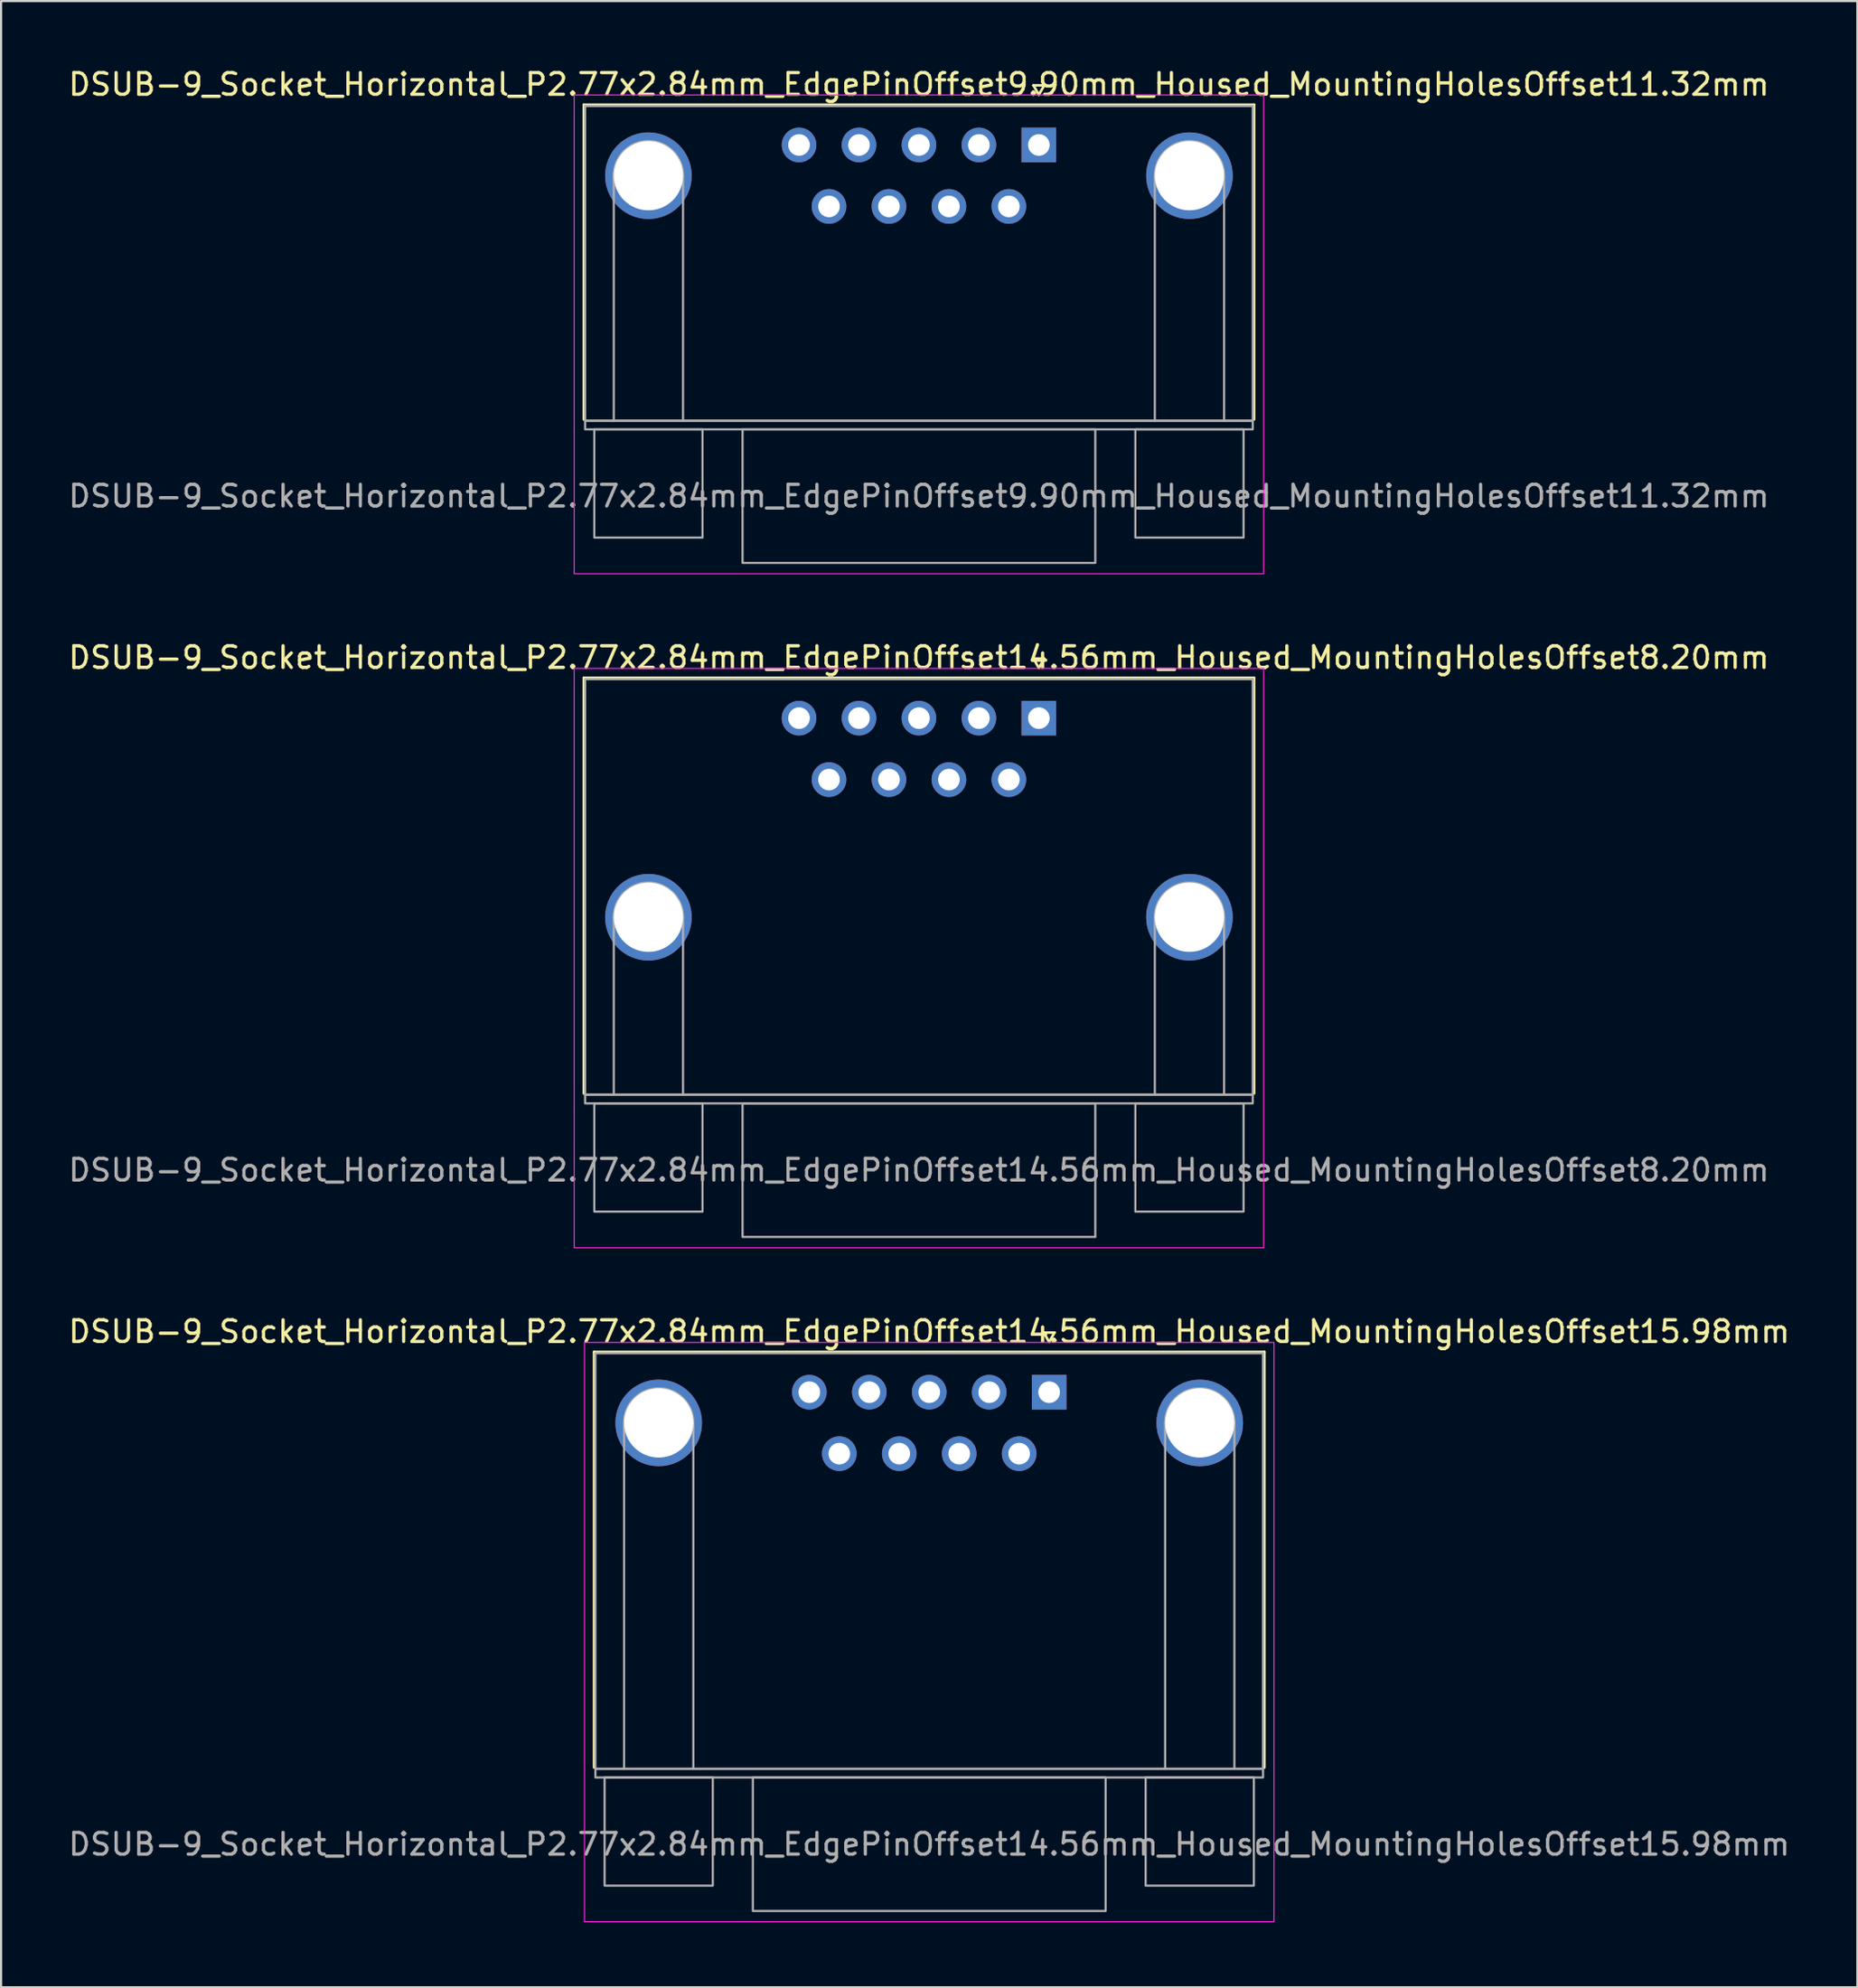
<source format=kicad_pcb>
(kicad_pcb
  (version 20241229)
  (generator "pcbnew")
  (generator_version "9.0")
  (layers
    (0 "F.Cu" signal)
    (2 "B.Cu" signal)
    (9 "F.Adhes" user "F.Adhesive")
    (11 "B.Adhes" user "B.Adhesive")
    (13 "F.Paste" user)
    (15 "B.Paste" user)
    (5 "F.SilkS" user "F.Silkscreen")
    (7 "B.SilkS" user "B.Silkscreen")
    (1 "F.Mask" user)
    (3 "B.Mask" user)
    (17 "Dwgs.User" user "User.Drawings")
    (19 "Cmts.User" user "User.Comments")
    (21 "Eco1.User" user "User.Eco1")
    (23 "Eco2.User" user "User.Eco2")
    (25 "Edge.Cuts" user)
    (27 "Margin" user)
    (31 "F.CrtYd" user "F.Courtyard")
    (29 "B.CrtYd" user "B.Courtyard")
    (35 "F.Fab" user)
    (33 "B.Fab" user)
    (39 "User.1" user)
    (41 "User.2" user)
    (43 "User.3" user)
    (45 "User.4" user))
  (footprint "DSUB-9_Socket_Horizontal_P2.77x2.84mm_EdgePinOffset14.56mm_Housed_MountingHolesOffset15.98mm"
    (layer "F.Cu")
    (at 45.427 61.275)
    (property "Reference" "DSUB-9_Socket_Horizontal_P2.77x2.84mm_EdgePinOffset14.56mm_Housed_MountingHolesOffset15.98mm" (at -5.54 -2.8 0) (layer "F.SilkS") (effects (font (size 1 1) (thickness 0.15))))
    (attr through_hole)
    (fp_line (start -21.025 -1.86) (end 9.945 -1.86) (stroke (width 0.12) (type solid)) (layer "F.SilkS"))
    (fp_line (start -21.025 17.34) (end -21.025 -1.86) (stroke (width 0.12) (type solid)) (layer "F.SilkS"))
    (fp_line (start -0.25 -2.754) (end 0.25 -2.754) (stroke (width 0.12) (type solid)) (layer "F.SilkS"))
    (fp_line (start 0 -2.321) (end -0.25 -2.754) (stroke (width 0.12) (type solid)) (layer "F.SilkS"))
    (fp_line (start 0.25 -2.754) (end 0 -2.321) (stroke (width 0.12) (type solid)) (layer "F.SilkS"))
    (fp_line (start 9.945 -1.86) (end 9.945 17.34) (stroke (width 0.12) (type solid)) (layer "F.SilkS"))
    (fp_rect (start -21.47 -2.3) (end 10.39 24.47) (stroke (width 0.05) (type solid)) (fill no) (layer "F.CrtYd"))
    (fp_line (start -19.64 17.4) (end -19.64 1.42) (stroke (width 0.1) (type solid)) (layer "F.Fab"))
    (fp_line (start -16.44 17.4) (end -16.44 1.42) (stroke (width 0.1) (type solid)) (layer "F.Fab"))
    (fp_line (start 5.36 17.4) (end 5.36 1.42) (stroke (width 0.1) (type solid)) (layer "F.Fab"))
    (fp_line (start 8.56 17.4) (end 8.56 1.42) (stroke (width 0.1) (type solid)) (layer "F.Fab"))
    (fp_rect (start -20.965 -1.8) (end 9.885 17.4) (stroke (width 0.1) (type solid)) (fill no) (layer "F.Fab"))
    (fp_rect (start -20.965 17.4) (end 9.885 17.8) (stroke (width 0.1) (type solid)) (fill no) (layer "F.Fab"))
    (fp_rect (start -20.54 17.8) (end -15.54 22.8) (stroke (width 0.1) (type solid)) (fill no) (layer "F.Fab"))
    (fp_rect (start -13.69 17.8) (end 2.61 23.97) (stroke (width 0.1) (type solid)) (fill no) (layer "F.Fab"))
    (fp_rect (start 4.46 17.8) (end 9.46 22.8) (stroke (width 0.1) (type solid)) (fill no) (layer "F.Fab"))
    (fp_arc (start -19.64 1.42) (mid -18.04 -0.18) (end -16.44 1.42) (stroke (width 0.1) (type solid)) (layer "F.Fab"))
    (fp_arc (start 5.36 1.42) (mid 6.96 -0.18) (end 8.56 1.42) (stroke (width 0.1) (type solid)) (layer "F.Fab"))
    (fp_text user "${REFERENCE}" (at -5.54 20.885 0) (layer "F.Fab") (effects (font (size 1 1) (thickness 0.15))))
    (pad "1" thru_hole rect (at 0 0) (size 1.6 1.6) (drill 1) (layers "*.Cu" "*.Mask"))
    (pad "2" thru_hole circle (at -2.77 0) (size 1.6 1.6) (drill 1) (layers "*.Cu" "*.Mask"))
    (pad "3" thru_hole circle (at -5.54 0) (size 1.6 1.6) (drill 1) (layers "*.Cu" "*.Mask"))
    (pad "4" thru_hole circle (at -8.31 0) (size 1.6 1.6) (drill 1) (layers "*.Cu" "*.Mask"))
    (pad "5" thru_hole circle (at -11.08 0) (size 1.6 1.6) (drill 1) (layers "*.Cu" "*.Mask"))
    (pad "6" thru_hole circle (at -1.385 2.84) (size 1.6 1.6) (drill 1) (layers "*.Cu" "*.Mask"))
    (pad "7" thru_hole circle (at -4.155 2.84) (size 1.6 1.6) (drill 1) (layers "*.Cu" "*.Mask"))
    (pad "8" thru_hole circle (at -6.925 2.84) (size 1.6 1.6) (drill 1) (layers "*.Cu" "*.Mask"))
    (pad "9" thru_hole circle (at -9.695 2.84) (size 1.6 1.6) (drill 1) (layers "*.Cu" "*.Mask"))
    (pad "SH" thru_hole circle (at -18.04 1.42) (size 4 4) (drill 3.2) (layers "*.Cu" "*.Mask"))
    (pad "SH" thru_hole circle (at 6.96 1.42) (size 4 4) (drill 3.2) (layers "*.Cu" "*.Mask")))
  (footprint "DSUB-9_Socket_Horizontal_P2.77x2.84mm_EdgePinOffset9.90mm_Housed_MountingHolesOffset11.32mm"
    (layer "F.Cu")
    (at 44.951 3.648)
    (property "Reference" "DSUB-9_Socket_Horizontal_P2.77x2.84mm_EdgePinOffset9.90mm_Housed_MountingHolesOffset11.32mm" (at -5.54 -2.8 0) (layer "F.SilkS") (effects (font (size 1 1) (thickness 0.15))))
    (attr through_hole)
    (fp_line (start -21.025 -1.86) (end 9.945 -1.86) (stroke (width 0.12) (type solid)) (layer "F.SilkS"))
    (fp_line (start -21.025 12.68) (end -21.025 -1.86) (stroke (width 0.12) (type solid)) (layer "F.SilkS"))
    (fp_line (start -0.25 -2.754) (end 0.25 -2.754) (stroke (width 0.12) (type solid)) (layer "F.SilkS"))
    (fp_line (start 0 -2.321) (end -0.25 -2.754) (stroke (width 0.12) (type solid)) (layer "F.SilkS"))
    (fp_line (start 0.25 -2.754) (end 0 -2.321) (stroke (width 0.12) (type solid)) (layer "F.SilkS"))
    (fp_line (start 9.945 -1.86) (end 9.945 12.68) (stroke (width 0.12) (type solid)) (layer "F.SilkS"))
    (fp_rect (start -21.47 -2.31) (end 10.39 19.81) (stroke (width 0.05) (type solid)) (fill no) (layer "F.CrtYd"))
    (fp_line (start -19.64 12.74) (end -19.64 1.42) (stroke (width 0.1) (type solid)) (layer "F.Fab"))
    (fp_line (start -16.44 12.74) (end -16.44 1.42) (stroke (width 0.1) (type solid)) (layer "F.Fab"))
    (fp_line (start 5.36 12.74) (end 5.36 1.42) (stroke (width 0.1) (type solid)) (layer "F.Fab"))
    (fp_line (start 8.56 12.74) (end 8.56 1.42) (stroke (width 0.1) (type solid)) (layer "F.Fab"))
    (fp_rect (start -20.965 -1.8) (end 9.885 12.74) (stroke (width 0.1) (type solid)) (fill no) (layer "F.Fab"))
    (fp_rect (start -20.965 12.74) (end 9.885 13.14) (stroke (width 0.1) (type solid)) (fill no) (layer "F.Fab"))
    (fp_rect (start -20.54 13.14) (end -15.54 18.14) (stroke (width 0.1) (type solid)) (fill no) (layer "F.Fab"))
    (fp_rect (start -13.69 13.14) (end 2.61 19.31) (stroke (width 0.1) (type solid)) (fill no) (layer "F.Fab"))
    (fp_rect (start 4.46 13.14) (end 9.46 18.14) (stroke (width 0.1) (type solid)) (fill no) (layer "F.Fab"))
    (fp_arc (start -19.64 1.42) (mid -18.04 -0.18) (end -16.44 1.42) (stroke (width 0.1) (type solid)) (layer "F.Fab"))
    (fp_arc (start 5.36 1.42) (mid 6.96 -0.18) (end 8.56 1.42) (stroke (width 0.1) (type solid)) (layer "F.Fab"))
    (fp_text user "${REFERENCE}" (at -5.54 16.225 0) (layer "F.Fab") (effects (font (size 1 1) (thickness 0.15))))
    (pad "1" thru_hole rect (at 0 0) (size 1.6 1.6) (drill 1) (layers "*.Cu" "*.Mask"))
    (pad "2" thru_hole circle (at -2.77 0) (size 1.6 1.6) (drill 1) (layers "*.Cu" "*.Mask"))
    (pad "3" thru_hole circle (at -5.54 0) (size 1.6 1.6) (drill 1) (layers "*.Cu" "*.Mask"))
    (pad "4" thru_hole circle (at -8.31 0) (size 1.6 1.6) (drill 1) (layers "*.Cu" "*.Mask"))
    (pad "5" thru_hole circle (at -11.08 0) (size 1.6 1.6) (drill 1) (layers "*.Cu" "*.Mask"))
    (pad "6" thru_hole circle (at -1.385 2.84) (size 1.6 1.6) (drill 1) (layers "*.Cu" "*.Mask"))
    (pad "7" thru_hole circle (at -4.155 2.84) (size 1.6 1.6) (drill 1) (layers "*.Cu" "*.Mask"))
    (pad "8" thru_hole circle (at -6.925 2.84) (size 1.6 1.6) (drill 1) (layers "*.Cu" "*.Mask"))
    (pad "9" thru_hole circle (at -9.695 2.84) (size 1.6 1.6) (drill 1) (layers "*.Cu" "*.Mask"))
    (pad "SH" thru_hole circle (at -18.04 1.42) (size 4 4) (drill 3.2) (layers "*.Cu" "*.Mask"))
    (pad "SH" thru_hole circle (at 6.96 1.42) (size 4 4) (drill 3.2) (layers "*.Cu" "*.Mask")))
  (footprint "DSUB-9_Socket_Horizontal_P2.77x2.84mm_EdgePinOffset14.56mm_Housed_MountingHolesOffset8.20mm"
    (layer "F.Cu")
    (at 44.951 30.131)
    (property "Reference" "DSUB-9_Socket_Horizontal_P2.77x2.84mm_EdgePinOffset14.56mm_Housed_MountingHolesOffset8.20mm" (at -5.54 -2.8 0) (layer "F.SilkS") (effects (font (size 1 1) (thickness 0.15))))
    (attr through_hole)
    (fp_line (start -21.025 -1.86) (end 9.945 -1.86) (stroke (width 0.12) (type solid)) (layer "F.SilkS"))
    (fp_line (start -21.025 17.34) (end -21.025 -1.86) (stroke (width 0.12) (type solid)) (layer "F.SilkS"))
    (fp_line (start -0.25 -2.754) (end 0.25 -2.754) (stroke (width 0.12) (type solid)) (layer "F.SilkS"))
    (fp_line (start 0 -2.321) (end -0.25 -2.754) (stroke (width 0.12) (type solid)) (layer "F.SilkS"))
    (fp_line (start 0.25 -2.754) (end 0 -2.321) (stroke (width 0.12) (type solid)) (layer "F.SilkS"))
    (fp_line (start 9.945 -1.86) (end 9.945 17.34) (stroke (width 0.12) (type solid)) (layer "F.SilkS"))
    (fp_rect (start -21.47 -2.3) (end 10.39 24.47) (stroke (width 0.05) (type solid)) (fill no) (layer "F.CrtYd"))
    (fp_line (start -19.64 17.4) (end -19.64 9.2) (stroke (width 0.1) (type solid)) (layer "F.Fab"))
    (fp_line (start -16.44 17.4) (end -16.44 9.2) (stroke (width 0.1) (type solid)) (layer "F.Fab"))
    (fp_line (start 5.36 17.4) (end 5.36 9.2) (stroke (width 0.1) (type solid)) (layer "F.Fab"))
    (fp_line (start 8.56 17.4) (end 8.56 9.2) (stroke (width 0.1) (type solid)) (layer "F.Fab"))
    (fp_rect (start -20.965 -1.8) (end 9.885 17.4) (stroke (width 0.1) (type solid)) (fill no) (layer "F.Fab"))
    (fp_rect (start -20.965 17.4) (end 9.885 17.8) (stroke (width 0.1) (type solid)) (fill no) (layer "F.Fab"))
    (fp_rect (start -20.54 17.8) (end -15.54 22.8) (stroke (width 0.1) (type solid)) (fill no) (layer "F.Fab"))
    (fp_rect (start -13.69 17.8) (end 2.61 23.97) (stroke (width 0.1) (type solid)) (fill no) (layer "F.Fab"))
    (fp_rect (start 4.46 17.8) (end 9.46 22.8) (stroke (width 0.1) (type solid)) (fill no) (layer "F.Fab"))
    (fp_arc (start -19.64 9.2) (mid -18.04 7.6) (end -16.44 9.2) (stroke (width 0.1) (type solid)) (layer "F.Fab"))
    (fp_arc (start 5.36 9.2) (mid 6.96 7.6) (end 8.56 9.2) (stroke (width 0.1) (type solid)) (layer "F.Fab"))
    (fp_text user "${REFERENCE}" (at -5.54 20.885 0) (layer "F.Fab") (effects (font (size 1 1) (thickness 0.15))))
    (pad "1" thru_hole rect (at 0 0) (size 1.6 1.6) (drill 1) (layers "*.Cu" "*.Mask"))
    (pad "2" thru_hole circle (at -2.77 0) (size 1.6 1.6) (drill 1) (layers "*.Cu" "*.Mask"))
    (pad "3" thru_hole circle (at -5.54 0) (size 1.6 1.6) (drill 1) (layers "*.Cu" "*.Mask"))
    (pad "4" thru_hole circle (at -8.31 0) (size 1.6 1.6) (drill 1) (layers "*.Cu" "*.Mask"))
    (pad "5" thru_hole circle (at -11.08 0) (size 1.6 1.6) (drill 1) (layers "*.Cu" "*.Mask"))
    (pad "6" thru_hole circle (at -1.385 2.84) (size 1.6 1.6) (drill 1) (layers "*.Cu" "*.Mask"))
    (pad "7" thru_hole circle (at -4.155 2.84) (size 1.6 1.6) (drill 1) (layers "*.Cu" "*.Mask"))
    (pad "8" thru_hole circle (at -6.925 2.84) (size 1.6 1.6) (drill 1) (layers "*.Cu" "*.Mask"))
    (pad "9" thru_hole circle (at -9.695 2.84) (size 1.6 1.6) (drill 1) (layers "*.Cu" "*.Mask"))
    (pad "SH" thru_hole circle (at -18.04 9.2) (size 4 4) (drill 3.2) (layers "*.Cu" "*.Mask"))
    (pad "SH" thru_hole circle (at 6.96 9.2) (size 4 4) (drill 3.2) (layers "*.Cu" "*.Mask")))
  (gr_rect
    (start -3 -3)
    (end 82.774 88.77)
    (stroke (width 0.1) (type default))
    (fill no)
    (layer "Edge.Cuts")))
</source>
